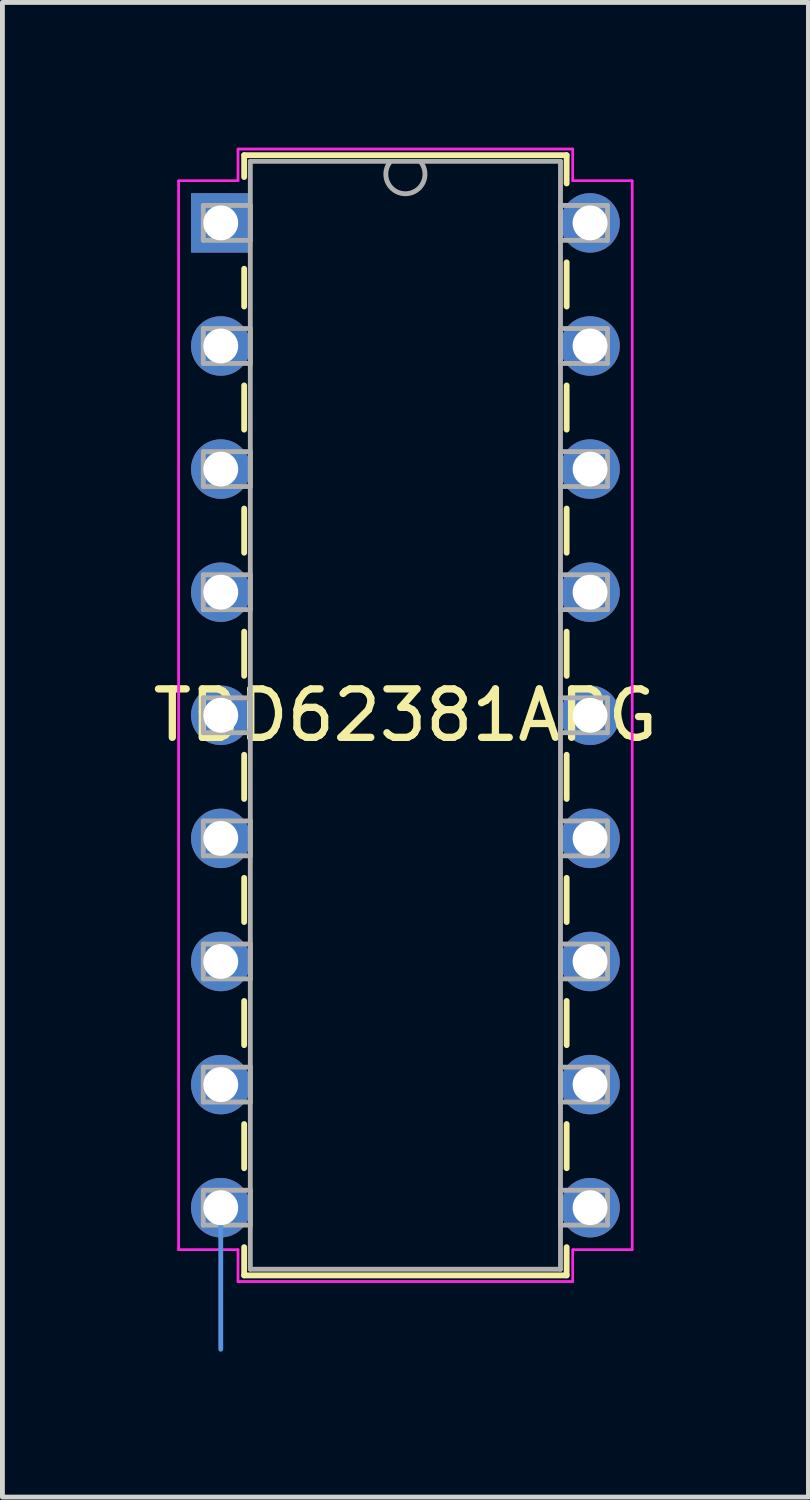
<source format=kicad_pcb>
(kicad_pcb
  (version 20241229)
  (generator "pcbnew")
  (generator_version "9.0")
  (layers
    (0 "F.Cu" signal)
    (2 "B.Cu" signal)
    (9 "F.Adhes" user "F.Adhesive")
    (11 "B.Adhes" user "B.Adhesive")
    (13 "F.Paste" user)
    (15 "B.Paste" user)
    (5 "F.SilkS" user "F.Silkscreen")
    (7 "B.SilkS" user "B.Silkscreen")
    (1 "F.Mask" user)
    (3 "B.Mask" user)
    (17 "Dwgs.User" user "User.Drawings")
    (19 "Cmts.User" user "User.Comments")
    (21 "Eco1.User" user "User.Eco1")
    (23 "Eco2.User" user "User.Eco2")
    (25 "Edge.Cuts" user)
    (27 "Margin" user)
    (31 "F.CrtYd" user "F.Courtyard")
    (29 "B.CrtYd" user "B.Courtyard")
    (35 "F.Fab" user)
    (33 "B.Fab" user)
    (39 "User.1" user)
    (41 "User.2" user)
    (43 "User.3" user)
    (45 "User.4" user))
  (footprint "TBD62381APG"
    (layer "F.Cu")
    (at 1.505 1.549)
    (property "Reference" "TBD62381APG" (at 3.81 10.16 0) (layer "F.SilkS") (effects (font (size 1 1) (thickness 0.15))))
    (attr through_hole)
    (fp_line (start 0.483 -1.397) (end 0.483 -0.946) (stroke (width 0.12) (type solid)) (layer "F.SilkS"))
    (fp_line (start 0.483 0.946) (end 0.483 1.726) (stroke (width 0.12) (type solid)) (layer "F.SilkS"))
    (fp_line (start 0.483 3.354) (end 0.483 4.266) (stroke (width 0.12) (type solid)) (layer "F.SilkS"))
    (fp_line (start 0.483 5.894) (end 0.483 6.806) (stroke (width 0.12) (type solid)) (layer "F.SilkS"))
    (fp_line (start 0.483 8.434) (end 0.483 9.346) (stroke (width 0.12) (type solid)) (layer "F.SilkS"))
    (fp_line (start 0.483 10.974) (end 0.483 11.886) (stroke (width 0.12) (type solid)) (layer "F.SilkS"))
    (fp_line (start 0.483 13.514) (end 0.483 14.426) (stroke (width 0.12) (type solid)) (layer "F.SilkS"))
    (fp_line (start 0.483 16.054) (end 0.483 16.966) (stroke (width 0.12) (type solid)) (layer "F.SilkS"))
    (fp_line (start 0.483 18.594) (end 0.483 19.506) (stroke (width 0.12) (type solid)) (layer "F.SilkS"))
    (fp_line (start 0.483 21.134) (end 0.483 21.717) (stroke (width 0.12) (type solid)) (layer "F.SilkS"))
    (fp_line (start 0.483 21.717) (end 7.137 21.717) (stroke (width 0.12) (type solid)) (layer "F.SilkS"))
    (fp_line (start 7.137 -1.397) (end 0.483 -1.397) (stroke (width 0.12) (type solid)) (layer "F.SilkS"))
    (fp_line (start 7.137 -0.814) (end 7.137 -1.397) (stroke (width 0.12) (type solid)) (layer "F.SilkS"))
    (fp_line (start 7.137 1.726) (end 7.137 0.814) (stroke (width 0.12) (type solid)) (layer "F.SilkS"))
    (fp_line (start 7.137 4.266) (end 7.137 3.354) (stroke (width 0.12) (type solid)) (layer "F.SilkS"))
    (fp_line (start 7.137 6.806) (end 7.137 5.894) (stroke (width 0.12) (type solid)) (layer "F.SilkS"))
    (fp_line (start 7.137 9.346) (end 7.137 8.434) (stroke (width 0.12) (type solid)) (layer "F.SilkS"))
    (fp_line (start 7.137 11.886) (end 7.137 10.974) (stroke (width 0.12) (type solid)) (layer "F.SilkS"))
    (fp_line (start 7.137 14.426) (end 7.137 13.514) (stroke (width 0.12) (type solid)) (layer "F.SilkS"))
    (fp_line (start 7.137 16.966) (end 7.137 16.054) (stroke (width 0.12) (type solid)) (layer "F.SilkS"))
    (fp_line (start 7.137 19.506) (end 7.137 18.594) (stroke (width 0.12) (type solid)) (layer "F.SilkS"))
    (fp_line (start 7.137 21.717) (end 7.137 21.134) (stroke (width 0.12) (type solid)) (layer "F.SilkS"))
    (fp_line (start 0 20.32) (end 0 23.241) (stroke (width 0.1) (type solid)) (layer "Cmts.User"))
    (fp_line (start -0.868 -0.868) (end -0.868 21.188) (stroke (width 0.05) (type solid)) (layer "F.CrtYd"))
    (fp_line (start -0.868 -0.868) (end 0.356 -0.868) (stroke (width 0.05) (type solid)) (layer "F.CrtYd"))
    (fp_line (start -0.868 21.188) (end -0.868 -0.868) (stroke (width 0.05) (type solid)) (layer "F.CrtYd"))
    (fp_line (start -0.868 21.188) (end 0.356 21.188) (stroke (width 0.05) (type solid)) (layer "F.CrtYd"))
    (fp_line (start 0.356 -1.524) (end 0.356 -0.868) (stroke (width 0.05) (type solid)) (layer "F.CrtYd"))
    (fp_line (start 0.356 -1.524) (end 7.264 -1.524) (stroke (width 0.05) (type solid)) (layer "F.CrtYd"))
    (fp_line (start 0.356 -0.868) (end -0.868 -0.868) (stroke (width 0.05) (type solid)) (layer "F.CrtYd"))
    (fp_line (start 0.356 -0.868) (end 0.356 -1.524) (stroke (width 0.05) (type solid)) (layer "F.CrtYd"))
    (fp_line (start 0.356 21.188) (end -0.868 21.188) (stroke (width 0.05) (type solid)) (layer "F.CrtYd"))
    (fp_line (start 0.356 21.188) (end 0.356 21.844) (stroke (width 0.05) (type solid)) (layer "F.CrtYd"))
    (fp_line (start 0.356 21.844) (end 0.356 21.188) (stroke (width 0.05) (type solid)) (layer "F.CrtYd"))
    (fp_line (start 0.356 21.844) (end 7.264 21.844) (stroke (width 0.05) (type solid)) (layer "F.CrtYd"))
    (fp_line (start 7.264 -1.524) (end 0.356 -1.524) (stroke (width 0.05) (type solid)) (layer "F.CrtYd"))
    (fp_line (start 7.264 -1.524) (end 7.264 -0.868) (stroke (width 0.05) (type solid)) (layer "F.CrtYd"))
    (fp_line (start 7.264 -0.868) (end 7.264 -1.524) (stroke (width 0.05) (type solid)) (layer "F.CrtYd"))
    (fp_line (start 7.264 21.188) (end 7.264 21.844) (stroke (width 0.05) (type solid)) (layer "F.CrtYd"))
    (fp_line (start 7.264 21.188) (end 8.488 21.188) (stroke (width 0.05) (type solid)) (layer "F.CrtYd"))
    (fp_line (start 7.264 21.844) (end 0.356 21.844) (stroke (width 0.05) (type solid)) (layer "F.CrtYd"))
    (fp_line (start 7.264 21.844) (end 7.264 21.188) (stroke (width 0.05) (type solid)) (layer "F.CrtYd"))
    (fp_line (start 8.488 -0.868) (end 7.264 -0.868) (stroke (width 0.05) (type solid)) (layer "F.CrtYd"))
    (fp_line (start 8.488 -0.868) (end 7.264 -0.868) (stroke (width 0.05) (type solid)) (layer "F.CrtYd"))
    (fp_line (start 8.488 -0.868) (end 8.488 21.188) (stroke (width 0.05) (type solid)) (layer "F.CrtYd"))
    (fp_line (start 8.488 21.188) (end 7.264 21.188) (stroke (width 0.05) (type solid)) (layer "F.CrtYd"))
    (fp_line (start 8.488 21.188) (end 8.488 -0.868) (stroke (width 0.05) (type solid)) (layer "F.CrtYd"))
    (fp_line (start -0.36 -0.36) (end -0.36 0.36) (stroke (width 0.1) (type solid)) (layer "F.Fab"))
    (fp_line (start -0.36 0.36) (end 0.61 0.36) (stroke (width 0.1) (type solid)) (layer "F.Fab"))
    (fp_line (start -0.36 2.18) (end -0.36 2.9) (stroke (width 0.1) (type solid)) (layer "F.Fab"))
    (fp_line (start -0.36 2.9) (end 0.61 2.9) (stroke (width 0.1) (type solid)) (layer "F.Fab"))
    (fp_line (start -0.36 4.72) (end -0.36 5.44) (stroke (width 0.1) (type solid)) (layer "F.Fab"))
    (fp_line (start -0.36 5.44) (end 0.61 5.44) (stroke (width 0.1) (type solid)) (layer "F.Fab"))
    (fp_line (start -0.36 7.26) (end -0.36 7.98) (stroke (width 0.1) (type solid)) (layer "F.Fab"))
    (fp_line (start -0.36 7.98) (end 0.61 7.98) (stroke (width 0.1) (type solid)) (layer "F.Fab"))
    (fp_line (start -0.36 9.8) (end -0.36 10.52) (stroke (width 0.1) (type solid)) (layer "F.Fab"))
    (fp_line (start -0.36 10.52) (end 0.61 10.52) (stroke (width 0.1) (type solid)) (layer "F.Fab"))
    (fp_line (start -0.36 12.34) (end -0.36 13.06) (stroke (width 0.1) (type solid)) (layer "F.Fab"))
    (fp_line (start -0.36 13.06) (end 0.61 13.06) (stroke (width 0.1) (type solid)) (layer "F.Fab"))
    (fp_line (start -0.36 14.88) (end -0.36 15.6) (stroke (width 0.1) (type solid)) (layer "F.Fab"))
    (fp_line (start -0.36 15.6) (end 0.61 15.6) (stroke (width 0.1) (type solid)) (layer "F.Fab"))
    (fp_line (start -0.36 17.42) (end -0.36 18.14) (stroke (width 0.1) (type solid)) (layer "F.Fab"))
    (fp_line (start -0.36 18.14) (end 0.61 18.14) (stroke (width 0.1) (type solid)) (layer "F.Fab"))
    (fp_line (start -0.36 19.96) (end -0.36 20.68) (stroke (width 0.1) (type solid)) (layer "F.Fab"))
    (fp_line (start -0.36 20.68) (end 0.61 20.68) (stroke (width 0.1) (type solid)) (layer "F.Fab"))
    (fp_line (start 0.61 -1.27) (end 0.61 21.59) (stroke (width 0.1) (type solid)) (layer "F.Fab"))
    (fp_line (start 0.61 -0.36) (end -0.36 -0.36) (stroke (width 0.1) (type solid)) (layer "F.Fab"))
    (fp_line (start 0.61 0.36) (end 0.61 -0.36) (stroke (width 0.1) (type solid)) (layer "F.Fab"))
    (fp_line (start 0.61 2.18) (end -0.36 2.18) (stroke (width 0.1) (type solid)) (layer "F.Fab"))
    (fp_line (start 0.61 2.9) (end 0.61 2.18) (stroke (width 0.1) (type solid)) (layer "F.Fab"))
    (fp_line (start 0.61 4.72) (end -0.36 4.72) (stroke (width 0.1) (type solid)) (layer "F.Fab"))
    (fp_line (start 0.61 5.44) (end 0.61 4.72) (stroke (width 0.1) (type solid)) (layer "F.Fab"))
    (fp_line (start 0.61 7.26) (end -0.36 7.26) (stroke (width 0.1) (type solid)) (layer "F.Fab"))
    (fp_line (start 0.61 7.98) (end 0.61 7.26) (stroke (width 0.1) (type solid)) (layer "F.Fab"))
    (fp_line (start 0.61 9.8) (end -0.36 9.8) (stroke (width 0.1) (type solid)) (layer "F.Fab"))
    (fp_line (start 0.61 10.52) (end 0.61 9.8) (stroke (width 0.1) (type solid)) (layer "F.Fab"))
    (fp_line (start 0.61 12.34) (end -0.36 12.34) (stroke (width 0.1) (type solid)) (layer "F.Fab"))
    (fp_line (start 0.61 13.06) (end 0.61 12.34) (stroke (width 0.1) (type solid)) (layer "F.Fab"))
    (fp_line (start 0.61 14.88) (end -0.36 14.88) (stroke (width 0.1) (type solid)) (layer "F.Fab"))
    (fp_line (start 0.61 15.6) (end 0.61 14.88) (stroke (width 0.1) (type solid)) (layer "F.Fab"))
    (fp_line (start 0.61 17.42) (end -0.36 17.42) (stroke (width 0.1) (type solid)) (layer "F.Fab"))
    (fp_line (start 0.61 18.14) (end 0.61 17.42) (stroke (width 0.1) (type solid)) (layer "F.Fab"))
    (fp_line (start 0.61 19.96) (end -0.36 19.96) (stroke (width 0.1) (type solid)) (layer "F.Fab"))
    (fp_line (start 0.61 20.68) (end 0.61 19.96) (stroke (width 0.1) (type solid)) (layer "F.Fab"))
    (fp_line (start 0.61 21.59) (end 7.01 21.59) (stroke (width 0.1) (type solid)) (layer "F.Fab"))
    (fp_line (start 7.01 -1.27) (end 0.61 -1.27) (stroke (width 0.1) (type solid)) (layer "F.Fab"))
    (fp_line (start 7.01 -0.36) (end 7.01 0.36) (stroke (width 0.1) (type solid)) (layer "F.Fab"))
    (fp_line (start 7.01 0.36) (end 7.98 0.36) (stroke (width 0.1) (type solid)) (layer "F.Fab"))
    (fp_line (start 7.01 2.18) (end 7.01 2.9) (stroke (width 0.1) (type solid)) (layer "F.Fab"))
    (fp_line (start 7.01 2.9) (end 7.98 2.9) (stroke (width 0.1) (type solid)) (layer "F.Fab"))
    (fp_line (start 7.01 4.72) (end 7.01 5.44) (stroke (width 0.1) (type solid)) (layer "F.Fab"))
    (fp_line (start 7.01 5.44) (end 7.98 5.44) (stroke (width 0.1) (type solid)) (layer "F.Fab"))
    (fp_line (start 7.01 7.26) (end 7.01 7.98) (stroke (width 0.1) (type solid)) (layer "F.Fab"))
    (fp_line (start 7.01 7.98) (end 7.98 7.98) (stroke (width 0.1) (type solid)) (layer "F.Fab"))
    (fp_line (start 7.01 9.8) (end 7.01 10.52) (stroke (width 0.1) (type solid)) (layer "F.Fab"))
    (fp_line (start 7.01 10.52) (end 7.98 10.52) (stroke (width 0.1) (type solid)) (layer "F.Fab"))
    (fp_line (start 7.01 12.34) (end 7.01 13.06) (stroke (width 0.1) (type solid)) (layer "F.Fab"))
    (fp_line (start 7.01 13.06) (end 7.98 13.06) (stroke (width 0.1) (type solid)) (layer "F.Fab"))
    (fp_line (start 7.01 14.88) (end 7.01 15.6) (stroke (width 0.1) (type solid)) (layer "F.Fab"))
    (fp_line (start 7.01 15.6) (end 7.98 15.6) (stroke (width 0.1) (type solid)) (layer "F.Fab"))
    (fp_line (start 7.01 17.42) (end 7.01 18.14) (stroke (width 0.1) (type solid)) (layer "F.Fab"))
    (fp_line (start 7.01 18.14) (end 7.98 18.14) (stroke (width 0.1) (type solid)) (layer "F.Fab"))
    (fp_line (start 7.01 19.96) (end 7.01 20.68) (stroke (width 0.1) (type solid)) (layer "F.Fab"))
    (fp_line (start 7.01 20.68) (end 7.98 20.68) (stroke (width 0.1) (type solid)) (layer "F.Fab"))
    (fp_line (start 7.01 21.59) (end 7.01 -1.27) (stroke (width 0.1) (type solid)) (layer "F.Fab"))
    (fp_line (start 7.98 -0.36) (end 7.01 -0.36) (stroke (width 0.1) (type solid)) (layer "F.Fab"))
    (fp_line (start 7.98 0.36) (end 7.98 -0.36) (stroke (width 0.1) (type solid)) (layer "F.Fab"))
    (fp_line (start 7.98 2.18) (end 7.01 2.18) (stroke (width 0.1) (type solid)) (layer "F.Fab"))
    (fp_line (start 7.98 2.9) (end 7.98 2.18) (stroke (width 0.1) (type solid)) (layer "F.Fab"))
    (fp_line (start 7.98 4.72) (end 7.01 4.72) (stroke (width 0.1) (type solid)) (layer "F.Fab"))
    (fp_line (start 7.98 5.44) (end 7.98 4.72) (stroke (width 0.1) (type solid)) (layer "F.Fab"))
    (fp_line (start 7.98 7.26) (end 7.01 7.26) (stroke (width 0.1) (type solid)) (layer "F.Fab"))
    (fp_line (start 7.98 7.98) (end 7.98 7.26) (stroke (width 0.1) (type solid)) (layer "F.Fab"))
    (fp_line (start 7.98 9.8) (end 7.01 9.8) (stroke (width 0.1) (type solid)) (layer "F.Fab"))
    (fp_line (start 7.98 10.52) (end 7.98 9.8) (stroke (width 0.1) (type solid)) (layer "F.Fab"))
    (fp_line (start 7.98 12.34) (end 7.01 12.34) (stroke (width 0.1) (type solid)) (layer "F.Fab"))
    (fp_line (start 7.98 13.06) (end 7.98 12.34) (stroke (width 0.1) (type solid)) (layer "F.Fab"))
    (fp_line (start 7.98 14.88) (end 7.01 14.88) (stroke (width 0.1) (type solid)) (layer "F.Fab"))
    (fp_line (start 7.98 15.6) (end 7.98 14.88) (stroke (width 0.1) (type solid)) (layer "F.Fab"))
    (fp_line (start 7.98 17.42) (end 7.01 17.42) (stroke (width 0.1) (type solid)) (layer "F.Fab"))
    (fp_line (start 7.98 18.14) (end 7.98 17.42) (stroke (width 0.1) (type solid)) (layer "F.Fab"))
    (fp_line (start 7.98 19.96) (end 7.01 19.96) (stroke (width 0.1) (type solid)) (layer "F.Fab"))
    (fp_line (start 7.98 20.68) (end 7.98 19.96) (stroke (width 0.1) (type solid)) (layer "F.Fab"))
    (fp_arc (start 4.1148 -1.27) (mid 3.81 -0.601463) (end 3.5052 -1.27) (stroke (width 0.1) (type solid)) (layer "F.Fab"))
    (pad "1" thru_hole rect (at 0 0) (size 1.227 1.227) (drill 0.719) (layers "*.Cu" "*.Mask"))
    (pad "2" thru_hole circle (at 0 2.54) (size 1.227 1.227) (drill 0.719) (layers "*.Cu" "*.Mask"))
    (pad "3" thru_hole circle (at 0 5.08) (size 1.227 1.227) (drill 0.719) (layers "*.Cu" "*.Mask"))
    (pad "4" thru_hole circle (at 0 7.62) (size 1.227 1.227) (drill 0.719) (layers "*.Cu" "*.Mask"))
    (pad "5" thru_hole circle (at 0 10.16) (size 1.227 1.227) (drill 0.719) (layers "*.Cu" "*.Mask"))
    (pad "6" thru_hole circle (at 0 12.7) (size 1.227 1.227) (drill 0.719) (layers "*.Cu" "*.Mask"))
    (pad "7" thru_hole circle (at 0 15.24) (size 1.227 1.227) (drill 0.719) (layers "*.Cu" "*.Mask"))
    (pad "8" thru_hole circle (at 0 17.78) (size 1.227 1.227) (drill 0.719) (layers "*.Cu" "*.Mask"))
    (pad "9" thru_hole circle (at 0 20.32) (size 1.227 1.227) (drill 0.719) (layers "*.Cu" "*.Mask"))
    (pad "10" thru_hole circle (at 7.62 20.32) (size 1.227 1.227) (drill 0.719) (layers "*.Cu" "*.Mask"))
    (pad "11" thru_hole circle (at 7.62 17.78) (size 1.227 1.227) (drill 0.719) (layers "*.Cu" "*.Mask"))
    (pad "12" thru_hole circle (at 7.62 15.24) (size 1.227 1.227) (drill 0.719) (layers "*.Cu" "*.Mask"))
    (pad "13" thru_hole circle (at 7.62 12.7) (size 1.227 1.227) (drill 0.719) (layers "*.Cu" "*.Mask"))
    (pad "14" thru_hole circle (at 7.62 10.16) (size 1.227 1.227) (drill 0.719) (layers "*.Cu" "*.Mask"))
    (pad "15" thru_hole circle (at 7.62 7.62) (size 1.227 1.227) (drill 0.719) (layers "*.Cu" "*.Mask"))
    (pad "16" thru_hole circle (at 7.62 5.08) (size 1.227 1.227) (drill 0.719) (layers "*.Cu" "*.Mask"))
    (pad "17" thru_hole circle (at 7.62 2.54) (size 1.227 1.227) (drill 0.719) (layers "*.Cu" "*.Mask"))
    (pad "18" thru_hole circle (at 7.62 0) (size 1.227 1.227) (drill 0.719) (layers "*.Cu" "*.Mask")))
  (gr_rect
    (start -3 -3)
    (end 13.631 27.84)
    (stroke (width 0.1) (type default))
    (fill no)
    (layer "Edge.Cuts")))
</source>
